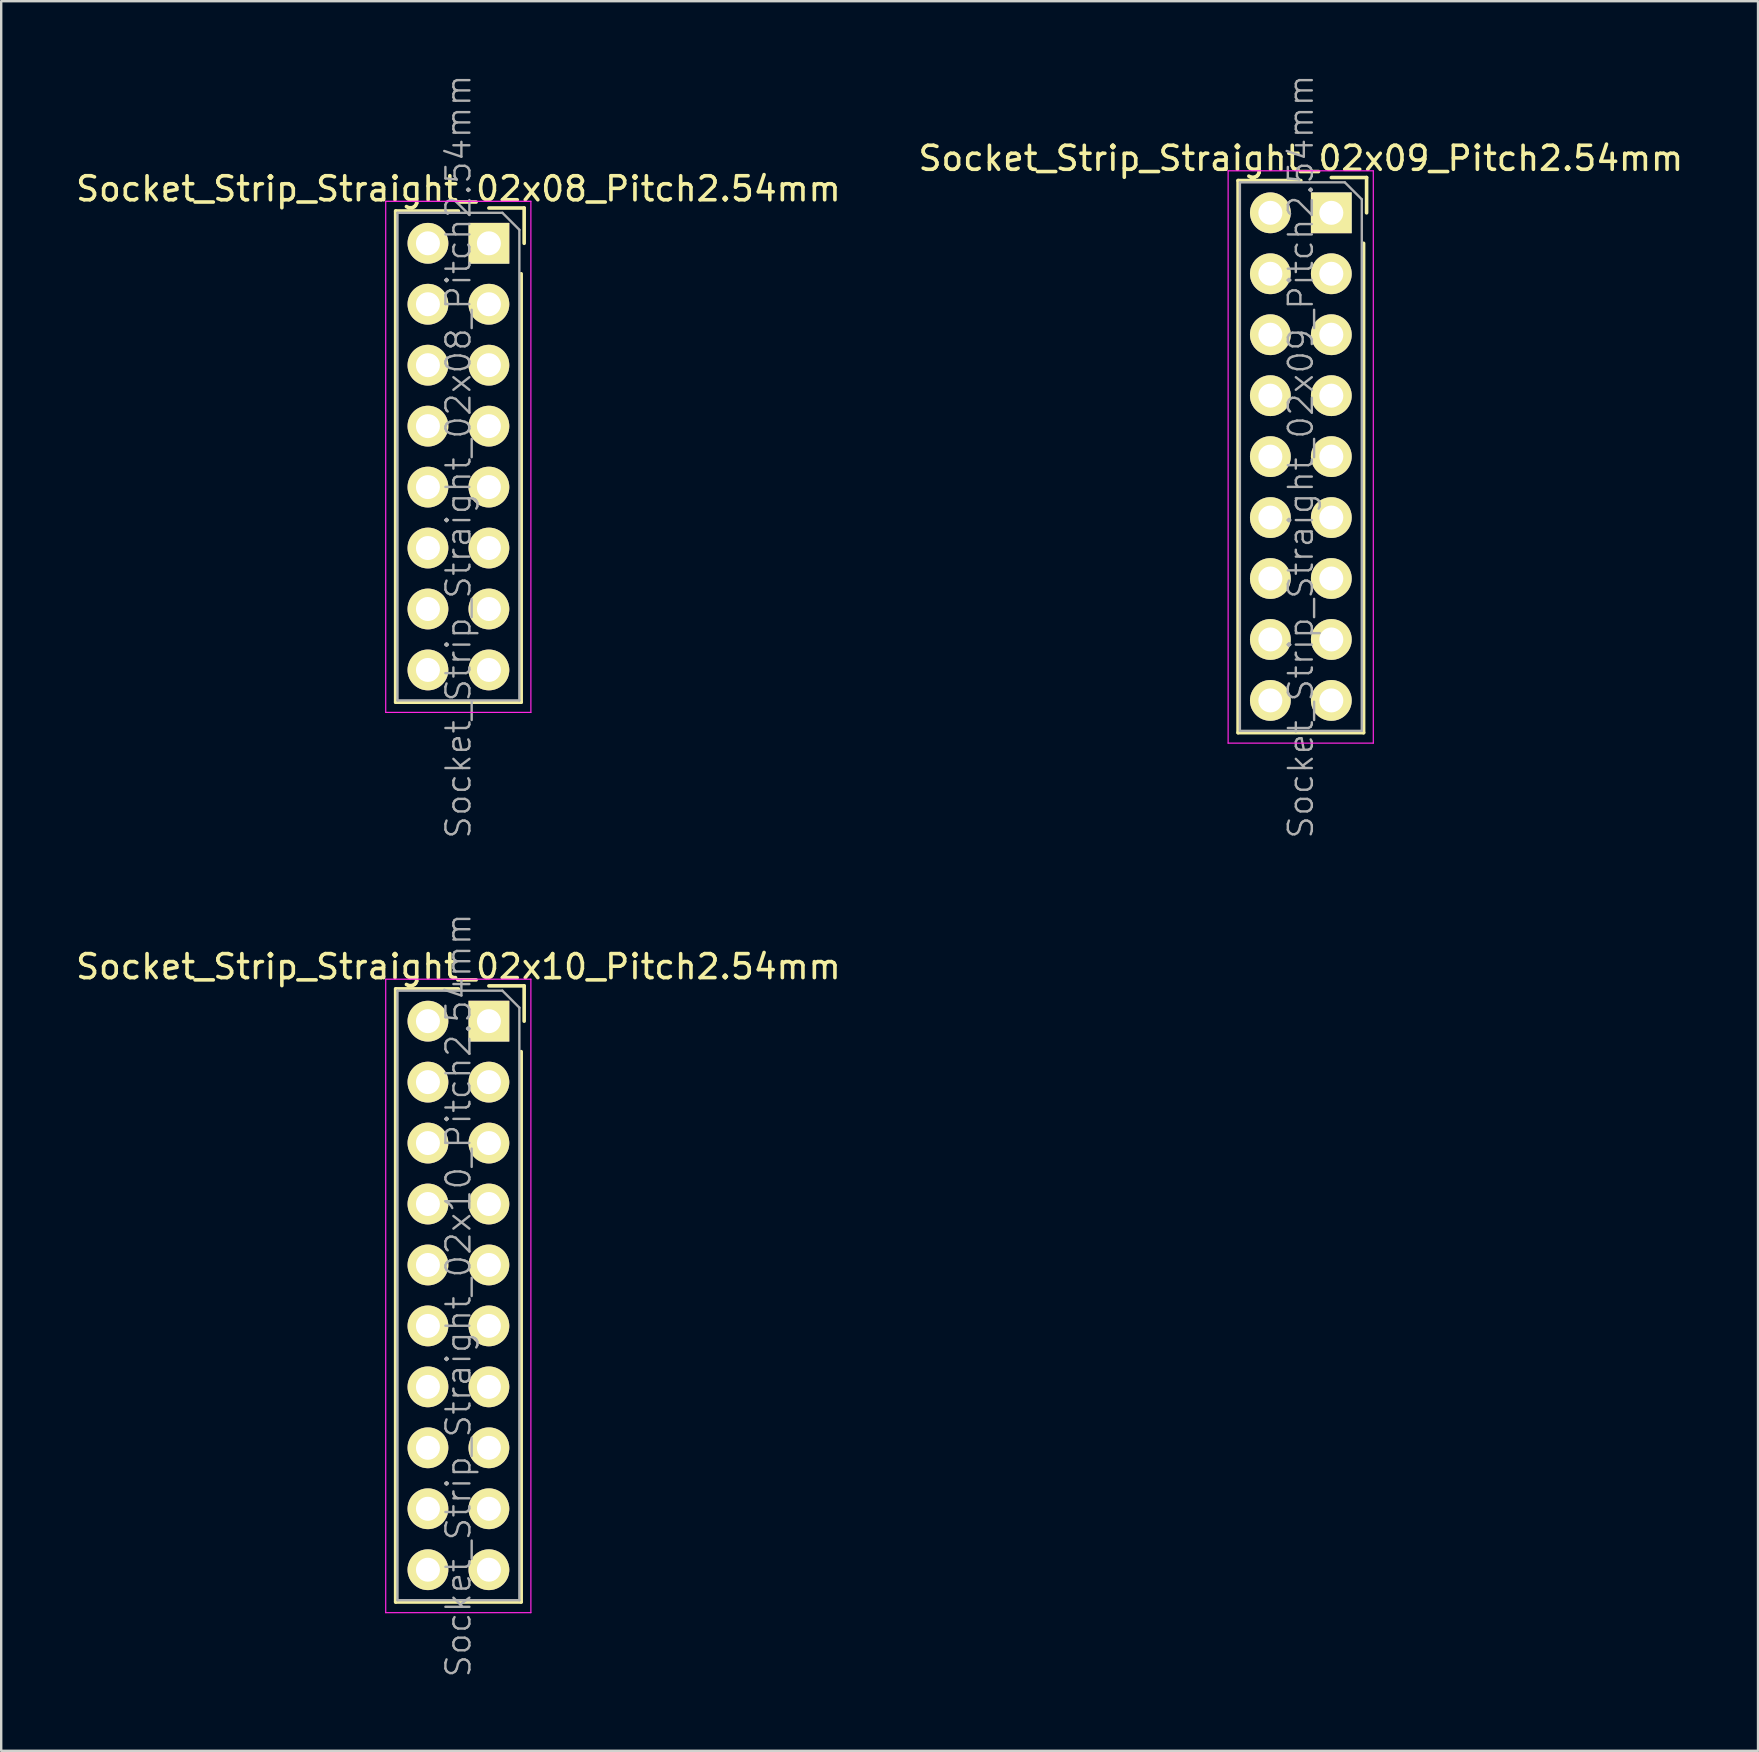
<source format=kicad_pcb>
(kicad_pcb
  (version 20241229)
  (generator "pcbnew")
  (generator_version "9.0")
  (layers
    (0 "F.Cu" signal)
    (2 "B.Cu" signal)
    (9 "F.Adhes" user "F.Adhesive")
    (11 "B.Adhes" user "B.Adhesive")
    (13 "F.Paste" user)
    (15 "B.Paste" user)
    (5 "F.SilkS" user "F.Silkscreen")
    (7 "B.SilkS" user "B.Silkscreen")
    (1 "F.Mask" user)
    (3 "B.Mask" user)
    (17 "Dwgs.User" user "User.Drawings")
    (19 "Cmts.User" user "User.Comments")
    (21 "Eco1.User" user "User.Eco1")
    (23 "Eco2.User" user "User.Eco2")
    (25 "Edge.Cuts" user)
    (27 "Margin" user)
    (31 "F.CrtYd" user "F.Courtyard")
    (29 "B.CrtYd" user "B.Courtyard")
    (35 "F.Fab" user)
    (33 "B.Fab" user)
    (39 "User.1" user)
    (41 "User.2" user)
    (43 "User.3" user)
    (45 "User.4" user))
  (footprint "Socket_Strip_Straight_02x08_Pitch2.54mm"
    (layer "F.Cu")
    (at 17.324 7.089)
    (property "Reference" "Socket_Strip_Straight_02x08_Pitch2.54mm" (at -1.27 -2.27 0) (layer "F.SilkS") (effects (font (size 1 1) (thickness 0.15))))
    (attr smd)
    (fp_line (start -3.885 -1.345) (end -3.885 19.125) (stroke (width 0.15) (type solid)) (layer "F.SilkS"))
    (fp_line (start -1.27 -1.345) (end -3.885 -1.345) (stroke (width 0.15) (type solid)) (layer "F.SilkS"))
    (fp_line (start 1.345 1.27) (end 1.345 19.125) (stroke (width 0.15) (type solid)) (layer "F.SilkS"))
    (fp_line (start 1.345 19.125) (end -3.885 19.125) (stroke (width 0.15) (type solid)) (layer "F.SilkS"))
    (fp_line (start 1.47 -1.47) (end 0 -1.47) (stroke (width 0.15) (type solid)) (layer "F.SilkS"))
    (fp_line (start 1.47 -1.47) (end 1.47 0) (stroke (width 0.15) (type solid)) (layer "F.SilkS"))
    (fp_line (start -4.3 -1.75) (end -4.3 19.55) (stroke (width 0.05) (type solid)) (layer "F.CrtYd"))
    (fp_line (start 1.75 -1.75) (end -4.3 -1.75) (stroke (width 0.05) (type solid)) (layer "F.CrtYd"))
    (fp_line (start 1.75 -1.75) (end 1.75 19.55) (stroke (width 0.05) (type solid)) (layer "F.CrtYd"))
    (fp_line (start 1.75 19.55) (end -4.3 19.55) (stroke (width 0.05) (type solid)) (layer "F.CrtYd"))
    (fp_line (start -3.81 -1.27) (end 0.563 -1.27) (stroke (width 0.1) (type solid)) (layer "F.Fab"))
    (fp_line (start -3.81 19.05) (end -3.81 -1.27) (stroke (width 0.1) (type solid)) (layer "F.Fab"))
    (fp_line (start -3.81 19.05) (end 1.27 19.05) (stroke (width 0.1) (type solid)) (layer "F.Fab"))
    (fp_line (start 1.27 -0.563) (end 0.563 -1.27) (stroke (width 0.1) (type solid)) (layer "F.Fab"))
    (fp_line (start 1.27 19.05) (end 1.27 -0.563) (stroke (width 0.1) (type solid)) (layer "F.Fab"))
    (fp_text user "${REFERENCE}" (at -1.27 8.89 90) (layer "F.Fab") (effects (font (size 1 1) (thickness 0.1))))
    (pad "1" thru_hole rect (at 0 0) (size 1.7 1.7) (drill 1) (layers "*.Cu" "*.Mask" "F.SilkS"))
    (pad "2" thru_hole oval (at -2.54 0) (size 1.7 1.7) (drill 1) (layers "*.Cu" "*.Mask" "F.SilkS"))
    (pad "3" thru_hole oval (at 0 2.54) (size 1.7 1.7) (drill 1) (layers "*.Cu" "*.Mask" "F.SilkS"))
    (pad "4" thru_hole oval (at -2.54 2.54) (size 1.7 1.7) (drill 1) (layers "*.Cu" "*.Mask" "F.SilkS"))
    (pad "5" thru_hole oval (at 0 5.08) (size 1.7 1.7) (drill 1) (layers "*.Cu" "*.Mask" "F.SilkS"))
    (pad "6" thru_hole oval (at -2.54 5.08) (size 1.7 1.7) (drill 1) (layers "*.Cu" "*.Mask" "F.SilkS"))
    (pad "7" thru_hole oval (at 0 7.62) (size 1.7 1.7) (drill 1) (layers "*.Cu" "*.Mask" "F.SilkS"))
    (pad "8" thru_hole oval (at -2.54 7.62) (size 1.7 1.7) (drill 1) (layers "*.Cu" "*.Mask" "F.SilkS"))
    (pad "9" thru_hole oval (at 0 10.16) (size 1.7 1.7) (drill 1) (layers "*.Cu" "*.Mask" "F.SilkS"))
    (pad "10" thru_hole oval (at -2.54 10.16) (size 1.7 1.7) (drill 1) (layers "*.Cu" "*.Mask" "F.SilkS"))
    (pad "11" thru_hole oval (at 0 12.7) (size 1.7 1.7) (drill 1) (layers "*.Cu" "*.Mask" "F.SilkS"))
    (pad "12" thru_hole oval (at -2.54 12.7) (size 1.7 1.7) (drill 1) (layers "*.Cu" "*.Mask" "F.SilkS"))
    (pad "13" thru_hole oval (at 0 15.24) (size 1.7 1.7) (drill 1) (layers "*.Cu" "*.Mask" "F.SilkS"))
    (pad "14" thru_hole oval (at -2.54 15.24) (size 1.7 1.7) (drill 1) (layers "*.Cu" "*.Mask" "F.SilkS"))
    (pad "15" thru_hole oval (at 0 17.78) (size 1.7 1.7) (drill 1) (layers "*.Cu" "*.Mask" "F.SilkS"))
    (pad "16" thru_hole oval (at -2.54 17.78) (size 1.7 1.7) (drill 1) (layers "*.Cu" "*.Mask" "F.SilkS")))
  (footprint "Socket_Strip_Straight_02x10_Pitch2.54mm"
    (layer "F.Cu")
    (at 17.324 39.506)
    (property "Reference" "Socket_Strip_Straight_02x10_Pitch2.54mm" (at -1.27 -2.27 0) (layer "F.SilkS") (effects (font (size 1 1) (thickness 0.15))))
    (attr smd)
    (fp_line (start -3.885 -1.345) (end -3.885 24.205) (stroke (width 0.15) (type solid)) (layer "F.SilkS"))
    (fp_line (start -1.27 -1.345) (end -3.885 -1.345) (stroke (width 0.15) (type solid)) (layer "F.SilkS"))
    (fp_line (start 1.345 1.27) (end 1.345 24.205) (stroke (width 0.15) (type solid)) (layer "F.SilkS"))
    (fp_line (start 1.345 24.205) (end -3.885 24.205) (stroke (width 0.15) (type solid)) (layer "F.SilkS"))
    (fp_line (start 1.47 -1.47) (end 0 -1.47) (stroke (width 0.15) (type solid)) (layer "F.SilkS"))
    (fp_line (start 1.47 -1.47) (end 1.47 0) (stroke (width 0.15) (type solid)) (layer "F.SilkS"))
    (fp_line (start -4.3 -1.75) (end -4.3 24.65) (stroke (width 0.05) (type solid)) (layer "F.CrtYd"))
    (fp_line (start 1.75 -1.75) (end -4.3 -1.75) (stroke (width 0.05) (type solid)) (layer "F.CrtYd"))
    (fp_line (start 1.75 -1.75) (end 1.75 24.65) (stroke (width 0.05) (type solid)) (layer "F.CrtYd"))
    (fp_line (start 1.75 24.65) (end -4.3 24.65) (stroke (width 0.05) (type solid)) (layer "F.CrtYd"))
    (fp_line (start -3.81 -1.27) (end 0.563 -1.27) (stroke (width 0.1) (type solid)) (layer "F.Fab"))
    (fp_line (start -3.81 24.13) (end -3.81 -1.27) (stroke (width 0.1) (type solid)) (layer "F.Fab"))
    (fp_line (start -3.81 24.13) (end 1.27 24.13) (stroke (width 0.1) (type solid)) (layer "F.Fab"))
    (fp_line (start 1.27 -0.563) (end 0.563 -1.27) (stroke (width 0.1) (type solid)) (layer "F.Fab"))
    (fp_line (start 1.27 24.13) (end 1.27 -0.563) (stroke (width 0.1) (type solid)) (layer "F.Fab"))
    (fp_text user "${REFERENCE}" (at -1.27 11.43 90) (layer "F.Fab") (effects (font (size 1 1) (thickness 0.1))))
    (pad "1" thru_hole rect (at 0 0) (size 1.7 1.7) (drill 1) (layers "*.Cu" "*.Mask" "F.SilkS"))
    (pad "2" thru_hole oval (at -2.54 0) (size 1.7 1.7) (drill 1) (layers "*.Cu" "*.Mask" "F.SilkS"))
    (pad "3" thru_hole oval (at 0 2.54) (size 1.7 1.7) (drill 1) (layers "*.Cu" "*.Mask" "F.SilkS"))
    (pad "4" thru_hole oval (at -2.54 2.54) (size 1.7 1.7) (drill 1) (layers "*.Cu" "*.Mask" "F.SilkS"))
    (pad "5" thru_hole oval (at 0 5.08) (size 1.7 1.7) (drill 1) (layers "*.Cu" "*.Mask" "F.SilkS"))
    (pad "6" thru_hole oval (at -2.54 5.08) (size 1.7 1.7) (drill 1) (layers "*.Cu" "*.Mask" "F.SilkS"))
    (pad "7" thru_hole oval (at 0 7.62) (size 1.7 1.7) (drill 1) (layers "*.Cu" "*.Mask" "F.SilkS"))
    (pad "8" thru_hole oval (at -2.54 7.62) (size 1.7 1.7) (drill 1) (layers "*.Cu" "*.Mask" "F.SilkS"))
    (pad "9" thru_hole oval (at 0 10.16) (size 1.7 1.7) (drill 1) (layers "*.Cu" "*.Mask" "F.SilkS"))
    (pad "10" thru_hole oval (at -2.54 10.16) (size 1.7 1.7) (drill 1) (layers "*.Cu" "*.Mask" "F.SilkS"))
    (pad "11" thru_hole oval (at 0 12.7) (size 1.7 1.7) (drill 1) (layers "*.Cu" "*.Mask" "F.SilkS"))
    (pad "12" thru_hole oval (at -2.54 12.7) (size 1.7 1.7) (drill 1) (layers "*.Cu" "*.Mask" "F.SilkS"))
    (pad "13" thru_hole oval (at 0 15.24) (size 1.7 1.7) (drill 1) (layers "*.Cu" "*.Mask" "F.SilkS"))
    (pad "14" thru_hole oval (at -2.54 15.24) (size 1.7 1.7) (drill 1) (layers "*.Cu" "*.Mask" "F.SilkS"))
    (pad "15" thru_hole oval (at 0 17.78) (size 1.7 1.7) (drill 1) (layers "*.Cu" "*.Mask" "F.SilkS"))
    (pad "16" thru_hole oval (at -2.54 17.78) (size 1.7 1.7) (drill 1) (layers "*.Cu" "*.Mask" "F.SilkS"))
    (pad "17" thru_hole oval (at 0 20.32) (size 1.7 1.7) (drill 1) (layers "*.Cu" "*.Mask" "F.SilkS"))
    (pad "18" thru_hole oval (at -2.54 20.32) (size 1.7 1.7) (drill 1) (layers "*.Cu" "*.Mask" "F.SilkS"))
    (pad "19" thru_hole oval (at 0 22.86) (size 1.7 1.7) (drill 1) (layers "*.Cu" "*.Mask" "F.SilkS"))
    (pad "20" thru_hole oval (at -2.54 22.86) (size 1.7 1.7) (drill 1) (layers "*.Cu" "*.Mask" "F.SilkS")))
  (footprint "Socket_Strip_Straight_02x09_Pitch2.54mm"
    (layer "F.Cu")
    (at 52.431 5.819)
    (property "Reference" "Socket_Strip_Straight_02x09_Pitch2.54mm" (at -1.27 -2.27 0) (layer "F.SilkS") (effects (font (size 1 1) (thickness 0.15))))
    (attr smd)
    (fp_line (start -3.885 -1.345) (end -3.885 21.665) (stroke (width 0.15) (type solid)) (layer "F.SilkS"))
    (fp_line (start -1.27 -1.345) (end -3.885 -1.345) (stroke (width 0.15) (type solid)) (layer "F.SilkS"))
    (fp_line (start 1.345 1.27) (end 1.345 21.665) (stroke (width 0.15) (type solid)) (layer "F.SilkS"))
    (fp_line (start 1.345 21.665) (end -3.885 21.665) (stroke (width 0.15) (type solid)) (layer "F.SilkS"))
    (fp_line (start 1.47 -1.47) (end 0 -1.47) (stroke (width 0.15) (type solid)) (layer "F.SilkS"))
    (fp_line (start 1.47 -1.47) (end 1.47 0) (stroke (width 0.15) (type solid)) (layer "F.SilkS"))
    (fp_line (start -4.3 -1.75) (end -4.3 22.1) (stroke (width 0.05) (type solid)) (layer "F.CrtYd"))
    (fp_line (start 1.75 -1.75) (end -4.3 -1.75) (stroke (width 0.05) (type solid)) (layer "F.CrtYd"))
    (fp_line (start 1.75 -1.75) (end 1.75 22.1) (stroke (width 0.05) (type solid)) (layer "F.CrtYd"))
    (fp_line (start 1.75 22.1) (end -4.3 22.1) (stroke (width 0.05) (type solid)) (layer "F.CrtYd"))
    (fp_line (start -3.81 -1.27) (end 0.563 -1.27) (stroke (width 0.1) (type solid)) (layer "F.Fab"))
    (fp_line (start -3.81 21.59) (end -3.81 -1.27) (stroke (width 0.1) (type solid)) (layer "F.Fab"))
    (fp_line (start -3.81 21.59) (end 1.27 21.59) (stroke (width 0.1) (type solid)) (layer "F.Fab"))
    (fp_line (start 1.27 -0.563) (end 0.563 -1.27) (stroke (width 0.1) (type solid)) (layer "F.Fab"))
    (fp_line (start 1.27 21.59) (end 1.27 -0.563) (stroke (width 0.1) (type solid)) (layer "F.Fab"))
    (fp_text user "${REFERENCE}" (at -1.27 10.16 90) (layer "F.Fab") (effects (font (size 1 1) (thickness 0.1))))
    (pad "1" thru_hole rect (at 0 0) (size 1.7 1.7) (drill 1) (layers "*.Cu" "*.Mask" "F.SilkS"))
    (pad "2" thru_hole oval (at -2.54 0) (size 1.7 1.7) (drill 1) (layers "*.Cu" "*.Mask" "F.SilkS"))
    (pad "3" thru_hole oval (at 0 2.54) (size 1.7 1.7) (drill 1) (layers "*.Cu" "*.Mask" "F.SilkS"))
    (pad "4" thru_hole oval (at -2.54 2.54) (size 1.7 1.7) (drill 1) (layers "*.Cu" "*.Mask" "F.SilkS"))
    (pad "5" thru_hole oval (at 0 5.08) (size 1.7 1.7) (drill 1) (layers "*.Cu" "*.Mask" "F.SilkS"))
    (pad "6" thru_hole oval (at -2.54 5.08) (size 1.7 1.7) (drill 1) (layers "*.Cu" "*.Mask" "F.SilkS"))
    (pad "7" thru_hole oval (at 0 7.62) (size 1.7 1.7) (drill 1) (layers "*.Cu" "*.Mask" "F.SilkS"))
    (pad "8" thru_hole oval (at -2.54 7.62) (size 1.7 1.7) (drill 1) (layers "*.Cu" "*.Mask" "F.SilkS"))
    (pad "9" thru_hole oval (at 0 10.16) (size 1.7 1.7) (drill 1) (layers "*.Cu" "*.Mask" "F.SilkS"))
    (pad "10" thru_hole oval (at -2.54 10.16) (size 1.7 1.7) (drill 1) (layers "*.Cu" "*.Mask" "F.SilkS"))
    (pad "11" thru_hole oval (at 0 12.7) (size 1.7 1.7) (drill 1) (layers "*.Cu" "*.Mask" "F.SilkS"))
    (pad "12" thru_hole oval (at -2.54 12.7) (size 1.7 1.7) (drill 1) (layers "*.Cu" "*.Mask" "F.SilkS"))
    (pad "13" thru_hole oval (at 0 15.24) (size 1.7 1.7) (drill 1) (layers "*.Cu" "*.Mask" "F.SilkS"))
    (pad "14" thru_hole oval (at -2.54 15.24) (size 1.7 1.7) (drill 1) (layers "*.Cu" "*.Mask" "F.SilkS"))
    (pad "15" thru_hole oval (at 0 17.78) (size 1.7 1.7) (drill 1) (layers "*.Cu" "*.Mask" "F.SilkS"))
    (pad "16" thru_hole oval (at -2.54 17.78) (size 1.7 1.7) (drill 1) (layers "*.Cu" "*.Mask" "F.SilkS"))
    (pad "17" thru_hole oval (at 0 20.32) (size 1.7 1.7) (drill 1) (layers "*.Cu" "*.Mask" "F.SilkS"))
    (pad "18" thru_hole oval (at -2.54 20.32) (size 1.7 1.7) (drill 1) (layers "*.Cu" "*.Mask" "F.SilkS")))
  (gr_rect
    (start -3 -3)
    (end 70.214 69.914)
    (stroke (width 0.1) (type default))
    (fill no)
    (layer "Edge.Cuts")))
</source>
